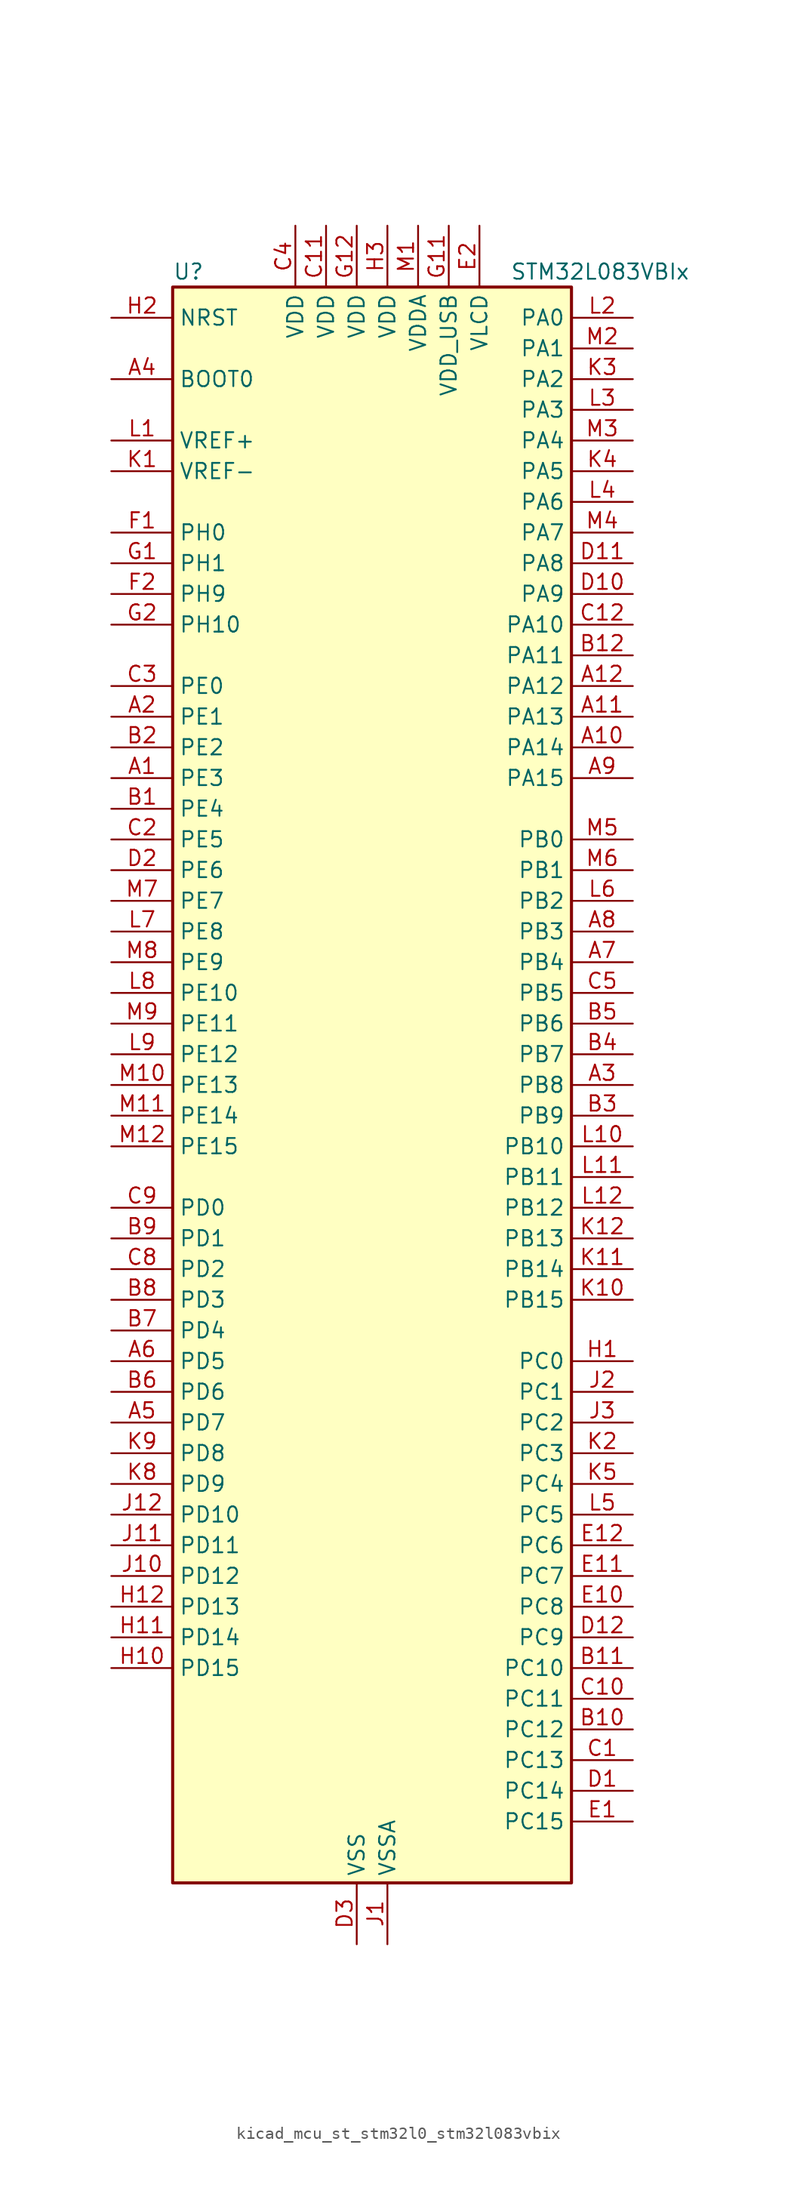
<source format=kicad_sym>
(kicad_symbol_lib
  (version 20220914)
  (generator kicad_symbol_editor)
  (symbol "kicad_mcu_st_stm32l0_stm32l083vbix"
    (property "Reference" "U"
      (at -15.24 67.31 0)
      (effects (font (size 1.27 1.27)) (justify left)))
    (property "Value" "STM32L083VBIx"
      (at 12.7 67.31 0)
      (effects (font (size 1.27 1.27)) (justify left)))
    (property "ki_locked" ""
      (at 0 0 0)
      (effects (font (size 1.27 1.27))))
    (symbol "kicad_mcu_st_stm32l0_stm32l083vbix_0_1"
      (rectangle (start -15.24 -66.04) (end 17.78 66.04) (stroke (width 0.254) (type default)) (fill (type background))))
    (symbol "kicad_mcu_st_stm32l0_stm32l083vbix_1_1"
      (pin bidirectional line (at -20.32 25.4 0) (length 5.08) (name "PE3" (effects (font (size 1.27 1.27)))) (number "A1" (effects (font (size 1.27 1.27)))) (alternate "LCD_SEG39" bidirectional line) (alternate "TIM22_CH1" bidirectional line) (alternate "TIM3_CH1" bidirectional line))
      (pin bidirectional line (at 22.86 27.94 180) (length 5.08) (name "PA14" (effects (font (size 1.27 1.27)))) (number "A10" (effects (font (size 1.27 1.27)))) (alternate "LPUART1_TX" bidirectional line) (alternate "SYS_SWCLK" bidirectional line) (alternate "USART2_TX" bidirectional line))
      (pin bidirectional line (at 22.86 30.48 180) (length 5.08) (name "PA13" (effects (font (size 1.27 1.27)))) (number "A11" (effects (font (size 1.27 1.27)))) (alternate "LPUART1_RX" bidirectional line) (alternate "SYS_SWDIO" bidirectional line) (alternate "USB_NOE" bidirectional line))
      (pin bidirectional line (at 22.86 33.02 180) (length 5.08) (name "PA12" (effects (font (size 1.27 1.27)))) (number "A12" (effects (font (size 1.27 1.27)))) (alternate "COMP2_OUT" bidirectional line) (alternate "SPI1_MOSI" bidirectional line) (alternate "TSC_G4_IO4" bidirectional line) (alternate "USART1_DE" bidirectional line) (alternate "USART1_RTS" bidirectional line) (alternate "USB_DP" bidirectional line))
      (pin bidirectional line (at -20.32 30.48 0) (length 5.08) (name "PE1" (effects (font (size 1.27 1.27)))) (number "A2" (effects (font (size 1.27 1.27)))) (alternate "LCD_SEG37" bidirectional line))
      (pin bidirectional line (at 22.86 0 180) (length 5.08) (name "PB8" (effects (font (size 1.27 1.27)))) (number "A3" (effects (font (size 1.27 1.27)))) (alternate "I2C1_SCL" bidirectional line) (alternate "LCD_SEG16" bidirectional line) (alternate "TSC_SYNC" bidirectional line))
      (pin input line (at -20.32 58.42 0) (length 5.08) (name "BOOT0" (effects (font (size 1.27 1.27)))) (number "A4" (effects (font (size 1.27 1.27)))))
      (pin bidirectional line (at -20.32 -27.94 0) (length 5.08) (name "PD7" (effects (font (size 1.27 1.27)))) (number "A5" (effects (font (size 1.27 1.27)))) (alternate "TIM21_CH2" bidirectional line) (alternate "USART2_CK" bidirectional line))
      (pin bidirectional line (at -20.32 -22.86 0) (length 5.08) (name "PD5" (effects (font (size 1.27 1.27)))) (number "A6" (effects (font (size 1.27 1.27)))) (alternate "USART2_TX" bidirectional line))
      (pin bidirectional line (at 22.86 10.16 180) (length 5.08) (name "PB4" (effects (font (size 1.27 1.27)))) (number "A7" (effects (font (size 1.27 1.27)))) (alternate "COMP2_INP" bidirectional line) (alternate "I2C3_SDA" bidirectional line) (alternate "LCD_SEG8" bidirectional line) (alternate "SPI1_MISO" bidirectional line) (alternate "TIM22_CH1" bidirectional line) (alternate "TIM3_CH1" bidirectional line) (alternate "TSC_G5_IO2" bidirectional line) (alternate "USART1_CTS" bidirectional line) (alternate "USART5_RX" bidirectional line))
      (pin bidirectional line (at 22.86 12.7 180) (length 5.08) (name "PB3" (effects (font (size 1.27 1.27)))) (number "A8" (effects (font (size 1.27 1.27)))) (alternate "COMP2_INM" bidirectional line) (alternate "LCD_SEG7" bidirectional line) (alternate "SPI1_SCK" bidirectional line) (alternate "TIM2_CH2" bidirectional line) (alternate "TSC_G5_IO1" bidirectional line) (alternate "USART1_DE" bidirectional line) (alternate "USART1_RTS" bidirectional line) (alternate "USART5_TX" bidirectional line))
      (pin bidirectional line (at 22.86 25.4 180) (length 5.08) (name "PA15" (effects (font (size 1.27 1.27)))) (number "A9" (effects (font (size 1.27 1.27)))) (alternate "LCD_SEG17" bidirectional line) (alternate "SPI1_NSS" bidirectional line) (alternate "TIM2_CH1" bidirectional line) (alternate "TIM2_ETR" bidirectional line) (alternate "USART2_RX" bidirectional line) (alternate "USART4_DE" bidirectional line) (alternate "USART4_RTS" bidirectional line))
      (pin bidirectional line (at -20.32 22.86 0) (length 5.08) (name "PE4" (effects (font (size 1.27 1.27)))) (number "B1" (effects (font (size 1.27 1.27)))) (alternate "TIM22_CH2" bidirectional line) (alternate "TIM3_CH2" bidirectional line))
      (pin bidirectional line (at 22.86 -53.34 180) (length 5.08) (name "PC12" (effects (font (size 1.27 1.27)))) (number "B10" (effects (font (size 1.27 1.27)))) (alternate "LCD_COM6" bidirectional line) (alternate "LCD_SEG30" bidirectional line) (alternate "LCD_SEG50" bidirectional line) (alternate "USART4_CK" bidirectional line) (alternate "USART5_TX" bidirectional line))
      (pin bidirectional line (at 22.86 -48.26 180) (length 5.08) (name "PC10" (effects (font (size 1.27 1.27)))) (number "B11" (effects (font (size 1.27 1.27)))) (alternate "LCD_COM4" bidirectional line) (alternate "LCD_SEG28" bidirectional line) (alternate "LCD_SEG48" bidirectional line) (alternate "LPUART1_TX" bidirectional line) (alternate "USART4_TX" bidirectional line))
      (pin bidirectional line (at 22.86 35.56 180) (length 5.08) (name "PA11" (effects (font (size 1.27 1.27)))) (number "B12" (effects (font (size 1.27 1.27)))) (alternate "ADC_EXTI11" bidirectional line) (alternate "COMP1_OUT" bidirectional line) (alternate "SPI1_MISO" bidirectional line) (alternate "TSC_G4_IO3" bidirectional line) (alternate "USART1_CTS" bidirectional line) (alternate "USB_DM" bidirectional line))
      (pin bidirectional line (at -20.32 27.94 0) (length 5.08) (name "PE2" (effects (font (size 1.27 1.27)))) (number "B2" (effects (font (size 1.27 1.27)))) (alternate "LCD_SEG38" bidirectional line) (alternate "TIM3_ETR" bidirectional line))
      (pin bidirectional line (at 22.86 -2.54 180) (length 5.08) (name "PB9" (effects (font (size 1.27 1.27)))) (number "B3" (effects (font (size 1.27 1.27)))) (alternate "DAC_EXTI9" bidirectional line) (alternate "I2C1_SDA" bidirectional line) (alternate "I2S2_WS" bidirectional line) (alternate "LCD_COM3" bidirectional line) (alternate "SPI2_NSS" bidirectional line))
      (pin bidirectional line (at 22.86 2.54 180) (length 5.08) (name "PB7" (effects (font (size 1.27 1.27)))) (number "B4" (effects (font (size 1.27 1.27)))) (alternate "COMP2_INP" bidirectional line) (alternate "I2C1_SDA" bidirectional line) (alternate "LPTIM1_IN2" bidirectional line) (alternate "SYS_PVD_IN" bidirectional line) (alternate "TSC_G5_IO4" bidirectional line) (alternate "USART1_RX" bidirectional line) (alternate "USART4_CTS" bidirectional line))
      (pin bidirectional line (at 22.86 5.08 180) (length 5.08) (name "PB6" (effects (font (size 1.27 1.27)))) (number "B5" (effects (font (size 1.27 1.27)))) (alternate "COMP2_INP" bidirectional line) (alternate "I2C1_SCL" bidirectional line) (alternate "LPTIM1_ETR" bidirectional line) (alternate "TSC_G5_IO3" bidirectional line) (alternate "USART1_TX" bidirectional line))
      (pin bidirectional line (at -20.32 -25.4 0) (length 5.08) (name "PD6" (effects (font (size 1.27 1.27)))) (number "B6" (effects (font (size 1.27 1.27)))) (alternate "USART2_RX" bidirectional line))
      (pin bidirectional line (at -20.32 -20.32 0) (length 5.08) (name "PD4" (effects (font (size 1.27 1.27)))) (number "B7" (effects (font (size 1.27 1.27)))) (alternate "I2S2_SD" bidirectional line) (alternate "SPI2_MOSI" bidirectional line) (alternate "USART2_DE" bidirectional line) (alternate "USART2_RTS" bidirectional line))
      (pin bidirectional line (at -20.32 -17.78 0) (length 5.08) (name "PD3" (effects (font (size 1.27 1.27)))) (number "B8" (effects (font (size 1.27 1.27)))) (alternate "I2S2_MCK" bidirectional line) (alternate "LCD_SEG44" bidirectional line) (alternate "SPI2_MISO" bidirectional line) (alternate "USART2_CTS" bidirectional line))
      (pin bidirectional line (at -20.32 -12.7 0) (length 5.08) (name "PD1" (effects (font (size 1.27 1.27)))) (number "B9" (effects (font (size 1.27 1.27)))) (alternate "I2S2_CK" bidirectional line) (alternate "SPI2_SCK" bidirectional line))
      (pin bidirectional line (at 22.86 -55.88 180) (length 5.08) (name "PC13" (effects (font (size 1.27 1.27)))) (number "C1" (effects (font (size 1.27 1.27)))) (alternate "RTC_OUT_ALARM" bidirectional line) (alternate "RTC_OUT_CALIB" bidirectional line) (alternate "RTC_TAMP1" bidirectional line) (alternate "RTC_TS" bidirectional line) (alternate "SYS_WKUP2" bidirectional line))
      (pin bidirectional line (at 22.86 -50.8 180) (length 5.08) (name "PC11" (effects (font (size 1.27 1.27)))) (number "C10" (effects (font (size 1.27 1.27)))) (alternate "ADC_EXTI11" bidirectional line) (alternate "LCD_COM5" bidirectional line) (alternate "LCD_SEG29" bidirectional line) (alternate "LCD_SEG49" bidirectional line) (alternate "LPUART1_RX" bidirectional line) (alternate "USART4_RX" bidirectional line))
      (pin power_in line (at -2.54 71.12 270) (length 5.08) (name "VDD" (effects (font (size 1.27 1.27)))) (number "C11" (effects (font (size 1.27 1.27)))))
      (pin bidirectional line (at 22.86 38.1 180) (length 5.08) (name "PA10" (effects (font (size 1.27 1.27)))) (number "C12" (effects (font (size 1.27 1.27)))) (alternate "I2C1_SDA" bidirectional line) (alternate "LCD_COM2" bidirectional line) (alternate "TSC_G4_IO2" bidirectional line) (alternate "USART1_RX" bidirectional line))
      (pin bidirectional line (at -20.32 20.32 0) (length 5.08) (name "PE5" (effects (font (size 1.27 1.27)))) (number "C2" (effects (font (size 1.27 1.27)))) (alternate "TIM21_CH1" bidirectional line) (alternate "TIM3_CH3" bidirectional line))
      (pin bidirectional line (at -20.32 33.02 0) (length 5.08) (name "PE0" (effects (font (size 1.27 1.27)))) (number "C3" (effects (font (size 1.27 1.27)))) (alternate "LCD_SEG36" bidirectional line))
      (pin power_in line (at -5.08 71.12 270) (length 5.08) (name "VDD" (effects (font (size 1.27 1.27)))) (number "C4" (effects (font (size 1.27 1.27)))))
      (pin bidirectional line (at 22.86 7.62 180) (length 5.08) (name "PB5" (effects (font (size 1.27 1.27)))) (number "C5" (effects (font (size 1.27 1.27)))) (alternate "COMP2_INP" bidirectional line) (alternate "I2C1_SMBA" bidirectional line) (alternate "LCD_SEG9" bidirectional line) (alternate "LPTIM1_IN1" bidirectional line) (alternate "SPI1_MOSI" bidirectional line) (alternate "TIM22_CH2" bidirectional line) (alternate "TIM3_CH2" bidirectional line) (alternate "USART1_CK" bidirectional line) (alternate "USART5_CK" bidirectional line) (alternate "USART5_DE" bidirectional line) (alternate "USART5_RTS" bidirectional line))
      (pin bidirectional line (at -20.32 -15.24 0) (length 5.08) (name "PD2" (effects (font (size 1.27 1.27)))) (number "C8" (effects (font (size 1.27 1.27)))) (alternate "LCD_COM7" bidirectional line) (alternate "LCD_SEG31" bidirectional line) (alternate "LCD_SEG51" bidirectional line) (alternate "LPUART1_DE" bidirectional line) (alternate "LPUART1_RTS" bidirectional line) (alternate "TIM3_ETR" bidirectional line) (alternate "USART5_RX" bidirectional line))
      (pin bidirectional line (at -20.32 -10.16 0) (length 5.08) (name "PD0" (effects (font (size 1.27 1.27)))) (number "C9" (effects (font (size 1.27 1.27)))) (alternate "I2S2_WS" bidirectional line) (alternate "SPI2_NSS" bidirectional line) (alternate "TIM21_CH1" bidirectional line))
      (pin bidirectional line (at 22.86 -58.42 180) (length 5.08) (name "PC14" (effects (font (size 1.27 1.27)))) (number "D1" (effects (font (size 1.27 1.27)))) (alternate "RCC_OSC32_IN" bidirectional line))
      (pin bidirectional line (at 22.86 40.64 180) (length 5.08) (name "PA9" (effects (font (size 1.27 1.27)))) (number "D10" (effects (font (size 1.27 1.27)))) (alternate "DAC_EXTI9" bidirectional line) (alternate "I2C1_SCL" bidirectional line) (alternate "I2C3_SMBA" bidirectional line) (alternate "LCD_COM1" bidirectional line) (alternate "RCC_MCO" bidirectional line) (alternate "TSC_G4_IO1" bidirectional line) (alternate "USART1_TX" bidirectional line))
      (pin bidirectional line (at 22.86 43.18 180) (length 5.08) (name "PA8" (effects (font (size 1.27 1.27)))) (number "D11" (effects (font (size 1.27 1.27)))) (alternate "CRS_SYNC" bidirectional line) (alternate "I2C3_SCL" bidirectional line) (alternate "LCD_COM0" bidirectional line) (alternate "RCC_MCO" bidirectional line) (alternate "USART1_CK" bidirectional line))
      (pin bidirectional line (at 22.86 -45.72 180) (length 5.08) (name "PC9" (effects (font (size 1.27 1.27)))) (number "D12" (effects (font (size 1.27 1.27)))) (alternate "DAC_EXTI9" bidirectional line) (alternate "I2C3_SDA" bidirectional line) (alternate "LCD_SEG27" bidirectional line) (alternate "TIM21_ETR" bidirectional line) (alternate "TIM3_CH4" bidirectional line) (alternate "TSC_G8_IO4" bidirectional line) (alternate "USB_NOE" bidirectional line))
      (pin bidirectional line (at -20.32 17.78 0) (length 5.08) (name "PE6" (effects (font (size 1.27 1.27)))) (number "D2" (effects (font (size 1.27 1.27)))) (alternate "RTC_TAMP3" bidirectional line) (alternate "SYS_WKUP3" bidirectional line) (alternate "TIM21_CH2" bidirectional line) (alternate "TIM3_CH4" bidirectional line))
      (pin power_in line (at 0 -71.12 90) (length 5.08) (name "VSS" (effects (font (size 1.27 1.27)))) (number "D3" (effects (font (size 1.27 1.27)))))
      (pin bidirectional line (at 22.86 -60.96 180) (length 5.08) (name "PC15" (effects (font (size 1.27 1.27)))) (number "E1" (effects (font (size 1.27 1.27)))) (alternate "RCC_OSC32_OUT" bidirectional line))
      (pin bidirectional line (at 22.86 -43.18 180) (length 5.08) (name "PC8" (effects (font (size 1.27 1.27)))) (number "E10" (effects (font (size 1.27 1.27)))) (alternate "LCD_SEG26" bidirectional line) (alternate "TIM22_ETR" bidirectional line) (alternate "TIM3_CH3" bidirectional line) (alternate "TSC_G8_IO3" bidirectional line))
      (pin bidirectional line (at 22.86 -40.64 180) (length 5.08) (name "PC7" (effects (font (size 1.27 1.27)))) (number "E11" (effects (font (size 1.27 1.27)))) (alternate "LCD_SEG25" bidirectional line) (alternate "TIM22_CH2" bidirectional line) (alternate "TIM3_CH2" bidirectional line) (alternate "TSC_G8_IO2" bidirectional line))
      (pin bidirectional line (at 22.86 -38.1 180) (length 5.08) (name "PC6" (effects (font (size 1.27 1.27)))) (number "E12" (effects (font (size 1.27 1.27)))) (alternate "LCD_SEG24" bidirectional line) (alternate "TIM22_CH1" bidirectional line) (alternate "TIM3_CH1" bidirectional line) (alternate "TSC_G8_IO1" bidirectional line))
      (pin power_in line (at 10.16 71.12 270) (length 5.08) (name "VLCD" (effects (font (size 1.27 1.27)))) (number "E2" (effects (font (size 1.27 1.27)))))
      (pin passive line (at 0 -71.12 90) (length 5.08) hide (name "VSS" (effects (font (size 1.27 1.27)))) (number "E3" (effects (font (size 1.27 1.27)))))
      (pin bidirectional line (at -20.32 45.72 0) (length 5.08) (name "PH0" (effects (font (size 1.27 1.27)))) (number "F1" (effects (font (size 1.27 1.27)))) (alternate "CRS_SYNC" bidirectional line) (alternate "RCC_OSC_IN" bidirectional line))
      (pin passive line (at 0 -71.12 90) (length 5.08) hide (name "VSS" (effects (font (size 1.27 1.27)))) (number "F11" (effects (font (size 1.27 1.27)))))
      (pin passive line (at 0 -71.12 90) (length 5.08) hide (name "VSS" (effects (font (size 1.27 1.27)))) (number "F12" (effects (font (size 1.27 1.27)))))
      (pin bidirectional line (at -20.32 40.64 0) (length 5.08) (name "PH9" (effects (font (size 1.27 1.27)))) (number "F2" (effects (font (size 1.27 1.27)))) (alternate "DAC_EXTI9" bidirectional line))
      (pin bidirectional line (at -20.32 43.18 0) (length 5.08) (name "PH1" (effects (font (size 1.27 1.27)))) (number "G1" (effects (font (size 1.27 1.27)))) (alternate "RCC_OSC_OUT" bidirectional line))
      (pin power_in line (at 7.62 71.12 270) (length 5.08) (name "VDD_USB" (effects (font (size 1.27 1.27)))) (number "G11" (effects (font (size 1.27 1.27)))))
      (pin power_in line (at 0 71.12 270) (length 5.08) (name "VDD" (effects (font (size 1.27 1.27)))) (number "G12" (effects (font (size 1.27 1.27)))))
      (pin bidirectional line (at -20.32 38.1 0) (length 5.08) (name "PH10" (effects (font (size 1.27 1.27)))) (number "G2" (effects (font (size 1.27 1.27)))))
      (pin bidirectional line (at 22.86 -22.86 180) (length 5.08) (name "PC0" (effects (font (size 1.27 1.27)))) (number "H1" (effects (font (size 1.27 1.27)))) (alternate "ADC_IN10" bidirectional line) (alternate "I2C3_SCL" bidirectional line) (alternate "LCD_SEG18" bidirectional line) (alternate "LPTIM1_IN1" bidirectional line) (alternate "LPUART1_RX" bidirectional line) (alternate "TSC_G7_IO1" bidirectional line))
      (pin bidirectional line (at -20.32 -48.26 0) (length 5.08) (name "PD15" (effects (font (size 1.27 1.27)))) (number "H10" (effects (font (size 1.27 1.27)))) (alternate "CRS_SYNC" bidirectional line) (alternate "LCD_SEG35" bidirectional line))
      (pin bidirectional line (at -20.32 -45.72 0) (length 5.08) (name "PD14" (effects (font (size 1.27 1.27)))) (number "H11" (effects (font (size 1.27 1.27)))) (alternate "LCD_SEG34" bidirectional line))
      (pin bidirectional line (at -20.32 -43.18 0) (length 5.08) (name "PD13" (effects (font (size 1.27 1.27)))) (number "H12" (effects (font (size 1.27 1.27)))) (alternate "LCD_SEG33" bidirectional line))
      (pin input line (at -20.32 63.5 0) (length 5.08) (name "NRST" (effects (font (size 1.27 1.27)))) (number "H2" (effects (font (size 1.27 1.27)))))
      (pin power_in line (at 2.54 71.12 270) (length 5.08) (name "VDD" (effects (font (size 1.27 1.27)))) (number "H3" (effects (font (size 1.27 1.27)))))
      (pin power_in line (at 2.54 -71.12 90) (length 5.08) (name "VSSA" (effects (font (size 1.27 1.27)))) (number "J1" (effects (font (size 1.27 1.27)))))
      (pin bidirectional line (at -20.32 -40.64 0) (length 5.08) (name "PD12" (effects (font (size 1.27 1.27)))) (number "J10" (effects (font (size 1.27 1.27)))) (alternate "LCD_SEG32" bidirectional line) (alternate "LPUART1_DE" bidirectional line) (alternate "LPUART1_RTS" bidirectional line))
      (pin bidirectional line (at -20.32 -38.1 0) (length 5.08) (name "PD11" (effects (font (size 1.27 1.27)))) (number "J11" (effects (font (size 1.27 1.27)))) (alternate "ADC_EXTI11" bidirectional line) (alternate "LCD_SEG31" bidirectional line) (alternate "LPUART1_CTS" bidirectional line))
      (pin bidirectional line (at -20.32 -35.56 0) (length 5.08) (name "PD10" (effects (font (size 1.27 1.27)))) (number "J12" (effects (font (size 1.27 1.27)))) (alternate "LCD_SEG30" bidirectional line))
      (pin bidirectional line (at 22.86 -25.4 180) (length 5.08) (name "PC1" (effects (font (size 1.27 1.27)))) (number "J2" (effects (font (size 1.27 1.27)))) (alternate "ADC_IN11" bidirectional line) (alternate "I2C3_SDA" bidirectional line) (alternate "LCD_SEG19" bidirectional line) (alternate "LPTIM1_OUT" bidirectional line) (alternate "LPUART1_TX" bidirectional line) (alternate "TSC_G7_IO2" bidirectional line))
      (pin bidirectional line (at 22.86 -27.94 180) (length 5.08) (name "PC2" (effects (font (size 1.27 1.27)))) (number "J3" (effects (font (size 1.27 1.27)))) (alternate "ADC_IN12" bidirectional line) (alternate "I2S2_MCK" bidirectional line) (alternate "LCD_SEG20" bidirectional line) (alternate "LPTIM1_IN2" bidirectional line) (alternate "SPI2_MISO" bidirectional line) (alternate "TSC_G7_IO3" bidirectional line))
      (pin input line (at -20.32 50.8 0) (length 5.08) (name "VREF-" (effects (font (size 1.27 1.27)))) (number "K1" (effects (font (size 1.27 1.27)))))
      (pin bidirectional line (at 22.86 -17.78 180) (length 5.08) (name "PB15" (effects (font (size 1.27 1.27)))) (number "K10" (effects (font (size 1.27 1.27)))) (alternate "I2S2_SD" bidirectional line) (alternate "LCD_SEG15" bidirectional line) (alternate "RTC_REFIN" bidirectional line) (alternate "SPI2_MOSI" bidirectional line))
      (pin bidirectional line (at 22.86 -15.24 180) (length 5.08) (name "PB14" (effects (font (size 1.27 1.27)))) (number "K11" (effects (font (size 1.27 1.27)))) (alternate "I2C2_SDA" bidirectional line) (alternate "I2S2_MCK" bidirectional line) (alternate "LCD_SEG14" bidirectional line) (alternate "LPUART1_DE" bidirectional line) (alternate "LPUART1_RTS" bidirectional line) (alternate "RTC_OUT_ALARM" bidirectional line) (alternate "RTC_OUT_CALIB" bidirectional line) (alternate "SPI2_MISO" bidirectional line) (alternate "TIM21_CH2" bidirectional line) (alternate "TSC_G6_IO4" bidirectional line))
      (pin bidirectional line (at 22.86 -12.7 180) (length 5.08) (name "PB13" (effects (font (size 1.27 1.27)))) (number "K12" (effects (font (size 1.27 1.27)))) (alternate "I2C2_SCL" bidirectional line) (alternate "I2S2_CK" bidirectional line) (alternate "LCD_SEG13" bidirectional line) (alternate "LPUART1_CTS" bidirectional line) (alternate "RCC_MCO" bidirectional line) (alternate "SPI2_SCK" bidirectional line) (alternate "TIM21_CH1" bidirectional line) (alternate "TSC_G6_IO3" bidirectional line))
      (pin bidirectional line (at 22.86 -30.48 180) (length 5.08) (name "PC3" (effects (font (size 1.27 1.27)))) (number "K2" (effects (font (size 1.27 1.27)))) (alternate "ADC_IN13" bidirectional line) (alternate "I2S2_SD" bidirectional line) (alternate "LCD_SEG21" bidirectional line) (alternate "LPTIM1_ETR" bidirectional line) (alternate "SPI2_MOSI" bidirectional line) (alternate "TSC_G7_IO4" bidirectional line))
      (pin bidirectional line (at 22.86 58.42 180) (length 5.08) (name "PA2" (effects (font (size 1.27 1.27)))) (number "K3" (effects (font (size 1.27 1.27)))) (alternate "ADC_IN2" bidirectional line) (alternate "COMP2_INM" bidirectional line) (alternate "COMP2_OUT" bidirectional line) (alternate "LCD_SEG1" bidirectional line) (alternate "LPUART1_TX" bidirectional line) (alternate "TIM21_CH1" bidirectional line) (alternate "TIM2_CH3" bidirectional line) (alternate "TSC_G1_IO3" bidirectional line) (alternate "USART2_TX" bidirectional line))
      (pin bidirectional line (at 22.86 50.8 180) (length 5.08) (name "PA5" (effects (font (size 1.27 1.27)))) (number "K4" (effects (font (size 1.27 1.27)))) (alternate "ADC_IN5" bidirectional line) (alternate "COMP1_INM" bidirectional line) (alternate "COMP2_INM" bidirectional line) (alternate "DAC_OUT2" bidirectional line) (alternate "SPI1_SCK" bidirectional line) (alternate "TIM2_CH1" bidirectional line) (alternate "TIM2_ETR" bidirectional line) (alternate "TSC_G2_IO2" bidirectional line))
      (pin bidirectional line (at 22.86 -33.02 180) (length 5.08) (name "PC4" (effects (font (size 1.27 1.27)))) (number "K5" (effects (font (size 1.27 1.27)))) (alternate "ADC_IN14" bidirectional line) (alternate "LCD_SEG22" bidirectional line) (alternate "LPUART1_TX" bidirectional line))
      (pin bidirectional line (at -20.32 -33.02 0) (length 5.08) (name "PD9" (effects (font (size 1.27 1.27)))) (number "K8" (effects (font (size 1.27 1.27)))) (alternate "DAC_EXTI9" bidirectional line) (alternate "LCD_SEG29" bidirectional line) (alternate "LPUART1_RX" bidirectional line))
      (pin bidirectional line (at -20.32 -30.48 0) (length 5.08) (name "PD8" (effects (font (size 1.27 1.27)))) (number "K9" (effects (font (size 1.27 1.27)))) (alternate "LCD_SEG28" bidirectional line) (alternate "LPUART1_TX" bidirectional line))
      (pin input line (at -20.32 53.34 0) (length 5.08) (name "VREF+" (effects (font (size 1.27 1.27)))) (number "L1" (effects (font (size 1.27 1.27)))))
      (pin bidirectional line (at 22.86 -5.08 180) (length 5.08) (name "PB10" (effects (font (size 1.27 1.27)))) (number "L10" (effects (font (size 1.27 1.27)))) (alternate "I2C2_SCL" bidirectional line) (alternate "LCD_SEG10" bidirectional line) (alternate "LPUART1_RX" bidirectional line) (alternate "LPUART1_TX" bidirectional line) (alternate "SPI2_SCK" bidirectional line) (alternate "TIM2_CH3" bidirectional line) (alternate "TSC_SYNC" bidirectional line))
      (pin bidirectional line (at 22.86 -7.62 180) (length 5.08) (name "PB11" (effects (font (size 1.27 1.27)))) (number "L11" (effects (font (size 1.27 1.27)))) (alternate "ADC_EXTI11" bidirectional line) (alternate "I2C2_SDA" bidirectional line) (alternate "LCD_SEG11" bidirectional line) (alternate "LPUART1_RX" bidirectional line) (alternate "LPUART1_TX" bidirectional line) (alternate "TIM2_CH4" bidirectional line) (alternate "TSC_G6_IO1" bidirectional line))
      (pin bidirectional line (at 22.86 -10.16 180) (length 5.08) (name "PB12" (effects (font (size 1.27 1.27)))) (number "L12" (effects (font (size 1.27 1.27)))) (alternate "I2S2_WS" bidirectional line) (alternate "LCD_SEG12" bidirectional line) (alternate "LCD_VLCD2" bidirectional line) (alternate "LPUART1_DE" bidirectional line) (alternate "LPUART1_RTS" bidirectional line) (alternate "SPI2_NSS" bidirectional line) (alternate "TSC_G6_IO2" bidirectional line))
      (pin bidirectional line (at 22.86 63.5 180) (length 5.08) (name "PA0" (effects (font (size 1.27 1.27)))) (number "L2" (effects (font (size 1.27 1.27)))) (alternate "ADC_IN0" bidirectional line) (alternate "COMP1_INM" bidirectional line) (alternate "COMP1_OUT" bidirectional line) (alternate "RTC_TAMP2" bidirectional line) (alternate "SYS_WKUP1" bidirectional line) (alternate "TIM2_CH1" bidirectional line) (alternate "TIM2_ETR" bidirectional line) (alternate "TSC_G1_IO1" bidirectional line) (alternate "USART2_CTS" bidirectional line) (alternate "USART4_TX" bidirectional line))
      (pin bidirectional line (at 22.86 55.88 180) (length 5.08) (name "PA3" (effects (font (size 1.27 1.27)))) (number "L3" (effects (font (size 1.27 1.27)))) (alternate "ADC_IN3" bidirectional line) (alternate "COMP2_INP" bidirectional line) (alternate "LCD_SEG2" bidirectional line) (alternate "LPUART1_RX" bidirectional line) (alternate "TIM21_CH2" bidirectional line) (alternate "TIM2_CH4" bidirectional line) (alternate "TSC_G1_IO4" bidirectional line) (alternate "USART2_RX" bidirectional line))
      (pin bidirectional line (at 22.86 48.26 180) (length 5.08) (name "PA6" (effects (font (size 1.27 1.27)))) (number "L4" (effects (font (size 1.27 1.27)))) (alternate "ADC_IN6" bidirectional line) (alternate "COMP1_OUT" bidirectional line) (alternate "LCD_SEG3" bidirectional line) (alternate "LPUART1_CTS" bidirectional line) (alternate "SPI1_MISO" bidirectional line) (alternate "TIM22_CH1" bidirectional line) (alternate "TIM3_CH1" bidirectional line) (alternate "TSC_G2_IO3" bidirectional line))
      (pin bidirectional line (at 22.86 -35.56 180) (length 5.08) (name "PC5" (effects (font (size 1.27 1.27)))) (number "L5" (effects (font (size 1.27 1.27)))) (alternate "ADC_IN15" bidirectional line) (alternate "LCD_SEG23" bidirectional line) (alternate "LPUART1_RX" bidirectional line) (alternate "TSC_G3_IO1" bidirectional line))
      (pin bidirectional line (at 22.86 15.24 180) (length 5.08) (name "PB2" (effects (font (size 1.27 1.27)))) (number "L6" (effects (font (size 1.27 1.27)))) (alternate "I2C3_SMBA" bidirectional line) (alternate "LCD_VLCD2" bidirectional line) (alternate "LPTIM1_OUT" bidirectional line) (alternate "TSC_G3_IO4" bidirectional line))
      (pin bidirectional line (at -20.32 12.7 0) (length 5.08) (name "PE8" (effects (font (size 1.27 1.27)))) (number "L7" (effects (font (size 1.27 1.27)))) (alternate "LCD_SEG46" bidirectional line) (alternate "USART4_TX" bidirectional line))
      (pin bidirectional line (at -20.32 7.62 0) (length 5.08) (name "PE10" (effects (font (size 1.27 1.27)))) (number "L8" (effects (font (size 1.27 1.27)))) (alternate "LCD_SEG40" bidirectional line) (alternate "TIM2_CH2" bidirectional line) (alternate "USART5_TX" bidirectional line))
      (pin bidirectional line (at -20.32 2.54 0) (length 5.08) (name "PE12" (effects (font (size 1.27 1.27)))) (number "L9" (effects (font (size 1.27 1.27)))) (alternate "LCD_VLCD3" bidirectional line) (alternate "SPI1_NSS" bidirectional line) (alternate "TIM2_CH4" bidirectional line))
      (pin power_in line (at 5.08 71.12 270) (length 5.08) (name "VDDA" (effects (font (size 1.27 1.27)))) (number "M1" (effects (font (size 1.27 1.27)))))
      (pin bidirectional line (at -20.32 0 0) (length 5.08) (name "PE13" (effects (font (size 1.27 1.27)))) (number "M10" (effects (font (size 1.27 1.27)))) (alternate "LCD_SEG41" bidirectional line) (alternate "SPI1_SCK" bidirectional line))
      (pin bidirectional line (at -20.32 -2.54 0) (length 5.08) (name "PE14" (effects (font (size 1.27 1.27)))) (number "M11" (effects (font (size 1.27 1.27)))) (alternate "LCD_SEG42" bidirectional line) (alternate "SPI1_MISO" bidirectional line))
      (pin bidirectional line (at -20.32 -5.08 0) (length 5.08) (name "PE15" (effects (font (size 1.27 1.27)))) (number "M12" (effects (font (size 1.27 1.27)))) (alternate "LCD_SEG43" bidirectional line) (alternate "SPI1_MOSI" bidirectional line))
      (pin bidirectional line (at 22.86 60.96 180) (length 5.08) (name "PA1" (effects (font (size 1.27 1.27)))) (number "M2" (effects (font (size 1.27 1.27)))) (alternate "ADC_IN1" bidirectional line) (alternate "COMP1_INP" bidirectional line) (alternate "LCD_SEG0" bidirectional line) (alternate "TIM21_ETR" bidirectional line) (alternate "TIM2_CH2" bidirectional line) (alternate "TSC_G1_IO2" bidirectional line) (alternate "USART2_DE" bidirectional line) (alternate "USART2_RTS" bidirectional line) (alternate "USART4_RX" bidirectional line))
      (pin bidirectional line (at 22.86 53.34 180) (length 5.08) (name "PA4" (effects (font (size 1.27 1.27)))) (number "M3" (effects (font (size 1.27 1.27)))) (alternate "ADC_IN4" bidirectional line) (alternate "COMP1_INM" bidirectional line) (alternate "COMP2_INM" bidirectional line) (alternate "DAC_OUT1" bidirectional line) (alternate "SPI1_NSS" bidirectional line) (alternate "TIM22_ETR" bidirectional line) (alternate "TSC_G2_IO1" bidirectional line) (alternate "USART2_CK" bidirectional line))
      (pin bidirectional line (at 22.86 45.72 180) (length 5.08) (name "PA7" (effects (font (size 1.27 1.27)))) (number "M4" (effects (font (size 1.27 1.27)))) (alternate "ADC_IN7" bidirectional line) (alternate "COMP2_OUT" bidirectional line) (alternate "LCD_SEG4" bidirectional line) (alternate "SPI1_MOSI" bidirectional line) (alternate "TIM22_CH2" bidirectional line) (alternate "TIM3_CH2" bidirectional line) (alternate "TSC_G2_IO4" bidirectional line))
      (pin bidirectional line (at 22.86 20.32 180) (length 5.08) (name "PB0" (effects (font (size 1.27 1.27)))) (number "M5" (effects (font (size 1.27 1.27)))) (alternate "ADC_IN8" bidirectional line) (alternate "LCD_SEG5" bidirectional line) (alternate "LCD_VLCD3" bidirectional line) (alternate "SYS_VREF_OUT_PB0" bidirectional line) (alternate "TIM3_CH3" bidirectional line) (alternate "TSC_G3_IO2" bidirectional line))
      (pin bidirectional line (at 22.86 17.78 180) (length 5.08) (name "PB1" (effects (font (size 1.27 1.27)))) (number "M6" (effects (font (size 1.27 1.27)))) (alternate "ADC_IN9" bidirectional line) (alternate "LCD_SEG6" bidirectional line) (alternate "LPUART1_DE" bidirectional line) (alternate "LPUART1_RTS" bidirectional line) (alternate "SYS_VREF_OUT_PB1" bidirectional line) (alternate "TIM3_CH4" bidirectional line) (alternate "TSC_G3_IO3" bidirectional line))
      (pin bidirectional line (at -20.32 15.24 0) (length 5.08) (name "PE7" (effects (font (size 1.27 1.27)))) (number "M7" (effects (font (size 1.27 1.27)))) (alternate "LCD_SEG45" bidirectional line) (alternate "USART5_CK" bidirectional line) (alternate "USART5_DE" bidirectional line) (alternate "USART5_RTS" bidirectional line))
      (pin bidirectional line (at -20.32 10.16 0) (length 5.08) (name "PE9" (effects (font (size 1.27 1.27)))) (number "M8" (effects (font (size 1.27 1.27)))) (alternate "DAC_EXTI9" bidirectional line) (alternate "LCD_SEG47" bidirectional line) (alternate "TIM2_CH1" bidirectional line) (alternate "TIM2_ETR" bidirectional line) (alternate "USART4_RX" bidirectional line))
      (pin bidirectional line (at -20.32 5.08 0) (length 5.08) (name "PE11" (effects (font (size 1.27 1.27)))) (number "M9" (effects (font (size 1.27 1.27)))) (alternate "ADC_EXTI11" bidirectional line) (alternate "LCD_VLCD1" bidirectional line) (alternate "TIM2_CH3" bidirectional line) (alternate "USART5_RX" bidirectional line)))))
</source>
